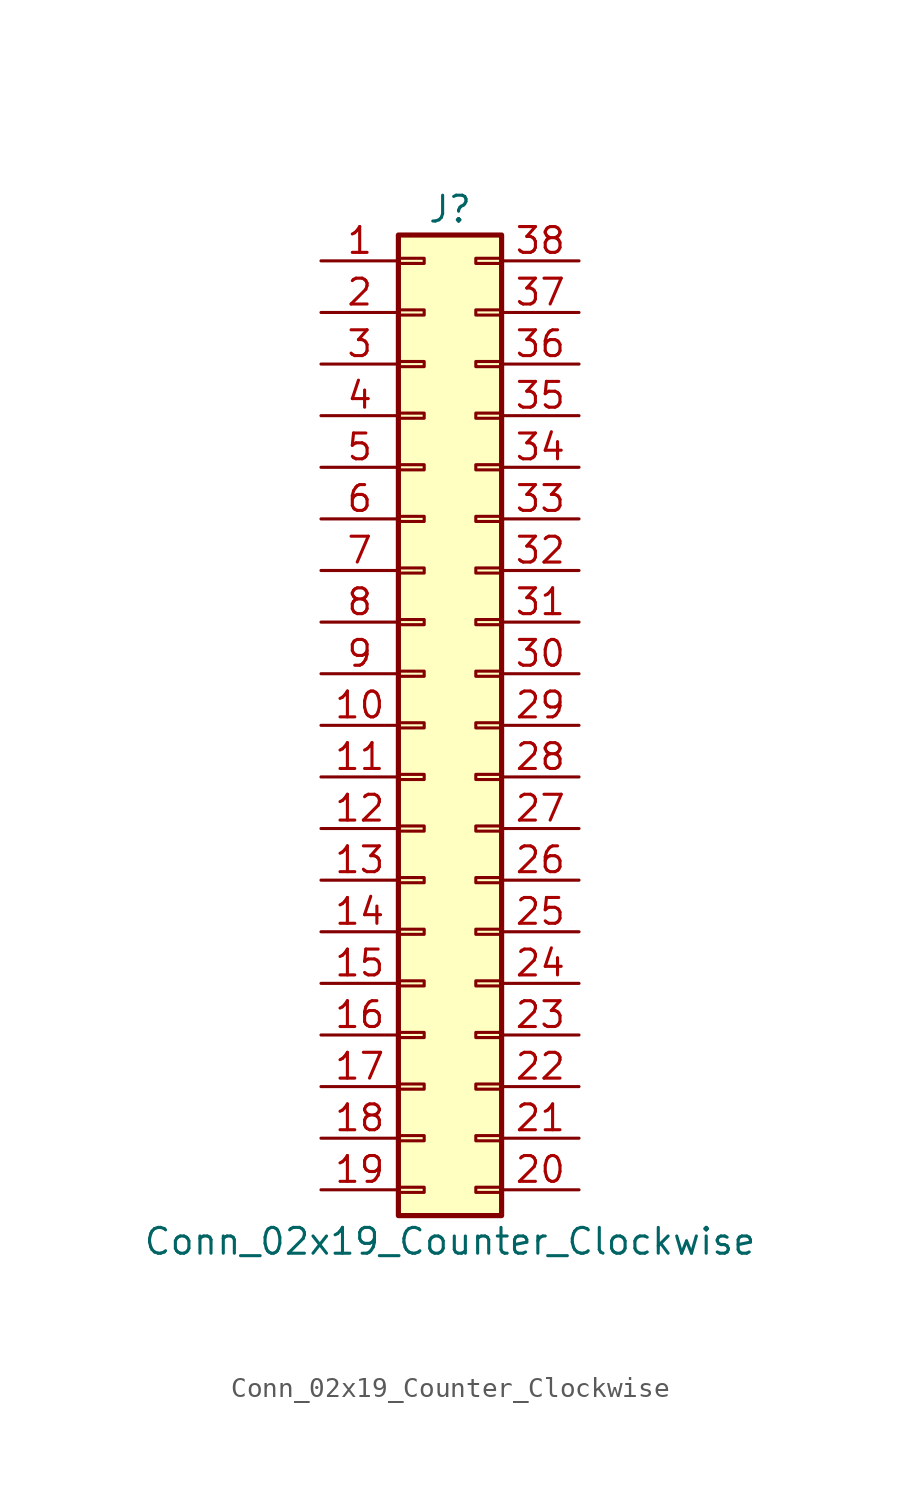
<source format=kicad_sym>
(kicad_symbol_lib
  (version 20201005)
  (generator kicad_symbol_editor)
  (symbol "Conn_02x19_Counter_Clockwise"
    (pin_names
      (offset 1.016) hide)
    (property "Reference" "J"
      (at 1.27 25.4 0)
      (effects (font (size 1.27 1.27))))
    (property "Value" "Conn_02x19_Counter_Clockwise"
      (at 1.27 -25.4 0)
      (effects (font (size 1.27 1.27))))
    (symbol "Conn_02x19_Counter_Clockwise_1_1"
      (rectangle (start -1.27 -22.733) (end 0 -22.987) (stroke (width 0.152)) (fill (type none)))
      (rectangle (start -1.27 -20.193) (end 0 -20.447) (stroke (width 0.152)) (fill (type none)))
      (rectangle (start -1.27 -17.653) (end 0 -17.907) (stroke (width 0.152)) (fill (type none)))
      (rectangle (start -1.27 -15.113) (end 0 -15.367) (stroke (width 0.152)) (fill (type none)))
      (rectangle (start -1.27 -12.573) (end 0 -12.827) (stroke (width 0.152)) (fill (type none)))
      (rectangle (start -1.27 -10.033) (end 0 -10.287) (stroke (width 0.152)) (fill (type none)))
      (rectangle (start -1.27 -7.493) (end 0 -7.747) (stroke (width 0.152)) (fill (type none)))
      (rectangle (start -1.27 -4.953) (end 0 -5.207) (stroke (width 0.152)) (fill (type none)))
      (rectangle (start -1.27 -2.413) (end 0 -2.667) (stroke (width 0.152)) (fill (type none)))
      (rectangle (start -1.27 0.127) (end 0 -0.127) (stroke (width 0.152)) (fill (type none)))
      (rectangle (start -1.27 2.667) (end 0 2.413) (stroke (width 0.152)) (fill (type none)))
      (rectangle (start -1.27 5.207) (end 0 4.953) (stroke (width 0.152)) (fill (type none)))
      (rectangle (start -1.27 7.747) (end 0 7.493) (stroke (width 0.152)) (fill (type none)))
      (rectangle (start -1.27 10.287) (end 0 10.033) (stroke (width 0.152)) (fill (type none)))
      (rectangle (start -1.27 12.827) (end 0 12.573) (stroke (width 0.152)) (fill (type none)))
      (rectangle (start -1.27 15.367) (end 0 15.113) (stroke (width 0.152)) (fill (type none)))
      (rectangle (start -1.27 17.907) (end 0 17.653) (stroke (width 0.152)) (fill (type none)))
      (rectangle (start -1.27 20.447) (end 0 20.193) (stroke (width 0.152)) (fill (type none)))
      (rectangle (start -1.27 22.987) (end 0 22.733) (stroke (width 0.152)) (fill (type none)))
      (rectangle (start -1.27 24.13) (end 3.81 -24.13) (stroke (width 0.254)) (fill (type background)))
      (rectangle (start 3.81 -22.733) (end 2.54 -22.987) (stroke (width 0.152)) (fill (type none)))
      (rectangle (start 3.81 -20.193) (end 2.54 -20.447) (stroke (width 0.152)) (fill (type none)))
      (rectangle (start 3.81 -17.653) (end 2.54 -17.907) (stroke (width 0.152)) (fill (type none)))
      (rectangle (start 3.81 -15.113) (end 2.54 -15.367) (stroke (width 0.152)) (fill (type none)))
      (rectangle (start 3.81 -12.573) (end 2.54 -12.827) (stroke (width 0.152)) (fill (type none)))
      (rectangle (start 3.81 -10.033) (end 2.54 -10.287) (stroke (width 0.152)) (fill (type none)))
      (rectangle (start 3.81 -7.493) (end 2.54 -7.747) (stroke (width 0.152)) (fill (type none)))
      (rectangle (start 3.81 -4.953) (end 2.54 -5.207) (stroke (width 0.152)) (fill (type none)))
      (rectangle (start 3.81 -2.413) (end 2.54 -2.667) (stroke (width 0.152)) (fill (type none)))
      (rectangle (start 3.81 0.127) (end 2.54 -0.127) (stroke (width 0.152)) (fill (type none)))
      (rectangle (start 3.81 2.667) (end 2.54 2.413) (stroke (width 0.152)) (fill (type none)))
      (rectangle (start 3.81 5.207) (end 2.54 4.953) (stroke (width 0.152)) (fill (type none)))
      (rectangle (start 3.81 7.747) (end 2.54 7.493) (stroke (width 0.152)) (fill (type none)))
      (rectangle (start 3.81 10.287) (end 2.54 10.033) (stroke (width 0.152)) (fill (type none)))
      (rectangle (start 3.81 12.827) (end 2.54 12.573) (stroke (width 0.152)) (fill (type none)))
      (rectangle (start 3.81 15.367) (end 2.54 15.113) (stroke (width 0.152)) (fill (type none)))
      (rectangle (start 3.81 17.907) (end 2.54 17.653) (stroke (width 0.152)) (fill (type none)))
      (rectangle (start 3.81 20.447) (end 2.54 20.193) (stroke (width 0.152)) (fill (type none)))
      (rectangle (start 3.81 22.987) (end 2.54 22.733) (stroke (width 0.152)) (fill (type none)))
      (pin passive line (at -5.08 22.86 0) (length 3.81) (name "Pin_1" (effects (font (size 1.27 1.27)))) (number "1" (effects (font (size 1.27 1.27)))))
      (pin passive line (at -5.08 0 0) (length 3.81) (name "Pin_10" (effects (font (size 1.27 1.27)))) (number "10" (effects (font (size 1.27 1.27)))))
      (pin passive line (at -5.08 -2.54 0) (length 3.81) (name "Pin_11" (effects (font (size 1.27 1.27)))) (number "11" (effects (font (size 1.27 1.27)))))
      (pin passive line (at -5.08 -5.08 0) (length 3.81) (name "Pin_12" (effects (font (size 1.27 1.27)))) (number "12" (effects (font (size 1.27 1.27)))))
      (pin passive line (at -5.08 -7.62 0) (length 3.81) (name "Pin_13" (effects (font (size 1.27 1.27)))) (number "13" (effects (font (size 1.27 1.27)))))
      (pin passive line (at -5.08 -10.16 0) (length 3.81) (name "Pin_14" (effects (font (size 1.27 1.27)))) (number "14" (effects (font (size 1.27 1.27)))))
      (pin passive line (at -5.08 -12.7 0) (length 3.81) (name "Pin_15" (effects (font (size 1.27 1.27)))) (number "15" (effects (font (size 1.27 1.27)))))
      (pin passive line (at -5.08 -15.24 0) (length 3.81) (name "Pin_16" (effects (font (size 1.27 1.27)))) (number "16" (effects (font (size 1.27 1.27)))))
      (pin passive line (at -5.08 -17.78 0) (length 3.81) (name "Pin_17" (effects (font (size 1.27 1.27)))) (number "17" (effects (font (size 1.27 1.27)))))
      (pin passive line (at -5.08 -20.32 0) (length 3.81) (name "Pin_18" (effects (font (size 1.27 1.27)))) (number "18" (effects (font (size 1.27 1.27)))))
      (pin passive line (at -5.08 -22.86 0) (length 3.81) (name "Pin_19" (effects (font (size 1.27 1.27)))) (number "19" (effects (font (size 1.27 1.27)))))
      (pin passive line (at -5.08 20.32 0) (length 3.81) (name "Pin_2" (effects (font (size 1.27 1.27)))) (number "2" (effects (font (size 1.27 1.27)))))
      (pin passive line (at 7.62 -22.86 180) (length 3.81) (name "Pin_20" (effects (font (size 1.27 1.27)))) (number "20" (effects (font (size 1.27 1.27)))))
      (pin passive line (at 7.62 -20.32 180) (length 3.81) (name "Pin_21" (effects (font (size 1.27 1.27)))) (number "21" (effects (font (size 1.27 1.27)))))
      (pin passive line (at 7.62 -17.78 180) (length 3.81) (name "Pin_22" (effects (font (size 1.27 1.27)))) (number "22" (effects (font (size 1.27 1.27)))))
      (pin passive line (at 7.62 -15.24 180) (length 3.81) (name "Pin_23" (effects (font (size 1.27 1.27)))) (number "23" (effects (font (size 1.27 1.27)))))
      (pin passive line (at 7.62 -12.7 180) (length 3.81) (name "Pin_24" (effects (font (size 1.27 1.27)))) (number "24" (effects (font (size 1.27 1.27)))))
      (pin passive line (at 7.62 -10.16 180) (length 3.81) (name "Pin_25" (effects (font (size 1.27 1.27)))) (number "25" (effects (font (size 1.27 1.27)))))
      (pin passive line (at 7.62 -7.62 180) (length 3.81) (name "Pin_26" (effects (font (size 1.27 1.27)))) (number "26" (effects (font (size 1.27 1.27)))))
      (pin passive line (at 7.62 -5.08 180) (length 3.81) (name "Pin_27" (effects (font (size 1.27 1.27)))) (number "27" (effects (font (size 1.27 1.27)))))
      (pin passive line (at 7.62 -2.54 180) (length 3.81) (name "Pin_28" (effects (font (size 1.27 1.27)))) (number "28" (effects (font (size 1.27 1.27)))))
      (pin passive line (at 7.62 0 180) (length 3.81) (name "Pin_29" (effects (font (size 1.27 1.27)))) (number "29" (effects (font (size 1.27 1.27)))))
      (pin passive line (at -5.08 17.78 0) (length 3.81) (name "Pin_3" (effects (font (size 1.27 1.27)))) (number "3" (effects (font (size 1.27 1.27)))))
      (pin passive line (at 7.62 2.54 180) (length 3.81) (name "Pin_30" (effects (font (size 1.27 1.27)))) (number "30" (effects (font (size 1.27 1.27)))))
      (pin passive line (at 7.62 5.08 180) (length 3.81) (name "Pin_31" (effects (font (size 1.27 1.27)))) (number "31" (effects (font (size 1.27 1.27)))))
      (pin passive line (at 7.62 7.62 180) (length 3.81) (name "Pin_32" (effects (font (size 1.27 1.27)))) (number "32" (effects (font (size 1.27 1.27)))))
      (pin passive line (at 7.62 10.16 180) (length 3.81) (name "Pin_33" (effects (font (size 1.27 1.27)))) (number "33" (effects (font (size 1.27 1.27)))))
      (pin passive line (at 7.62 12.7 180) (length 3.81) (name "Pin_34" (effects (font (size 1.27 1.27)))) (number "34" (effects (font (size 1.27 1.27)))))
      (pin passive line (at 7.62 15.24 180) (length 3.81) (name "Pin_35" (effects (font (size 1.27 1.27)))) (number "35" (effects (font (size 1.27 1.27)))))
      (pin passive line (at 7.62 17.78 180) (length 3.81) (name "Pin_36" (effects (font (size 1.27 1.27)))) (number "36" (effects (font (size 1.27 1.27)))))
      (pin passive line (at 7.62 20.32 180) (length 3.81) (name "Pin_37" (effects (font (size 1.27 1.27)))) (number "37" (effects (font (size 1.27 1.27)))))
      (pin passive line (at 7.62 22.86 180) (length 3.81) (name "Pin_38" (effects (font (size 1.27 1.27)))) (number "38" (effects (font (size 1.27 1.27)))))
      (pin passive line (at -5.08 15.24 0) (length 3.81) (name "Pin_4" (effects (font (size 1.27 1.27)))) (number "4" (effects (font (size 1.27 1.27)))))
      (pin passive line (at -5.08 12.7 0) (length 3.81) (name "Pin_5" (effects (font (size 1.27 1.27)))) (number "5" (effects (font (size 1.27 1.27)))))
      (pin passive line (at -5.08 10.16 0) (length 3.81) (name "Pin_6" (effects (font (size 1.27 1.27)))) (number "6" (effects (font (size 1.27 1.27)))))
      (pin passive line (at -5.08 7.62 0) (length 3.81) (name "Pin_7" (effects (font (size 1.27 1.27)))) (number "7" (effects (font (size 1.27 1.27)))))
      (pin passive line (at -5.08 5.08 0) (length 3.81) (name "Pin_8" (effects (font (size 1.27 1.27)))) (number "8" (effects (font (size 1.27 1.27)))))
      (pin passive line (at -5.08 2.54 0) (length 3.81) (name "Pin_9" (effects (font (size 1.27 1.27)))) (number "9" (effects (font (size 1.27 1.27))))))))
</source>
